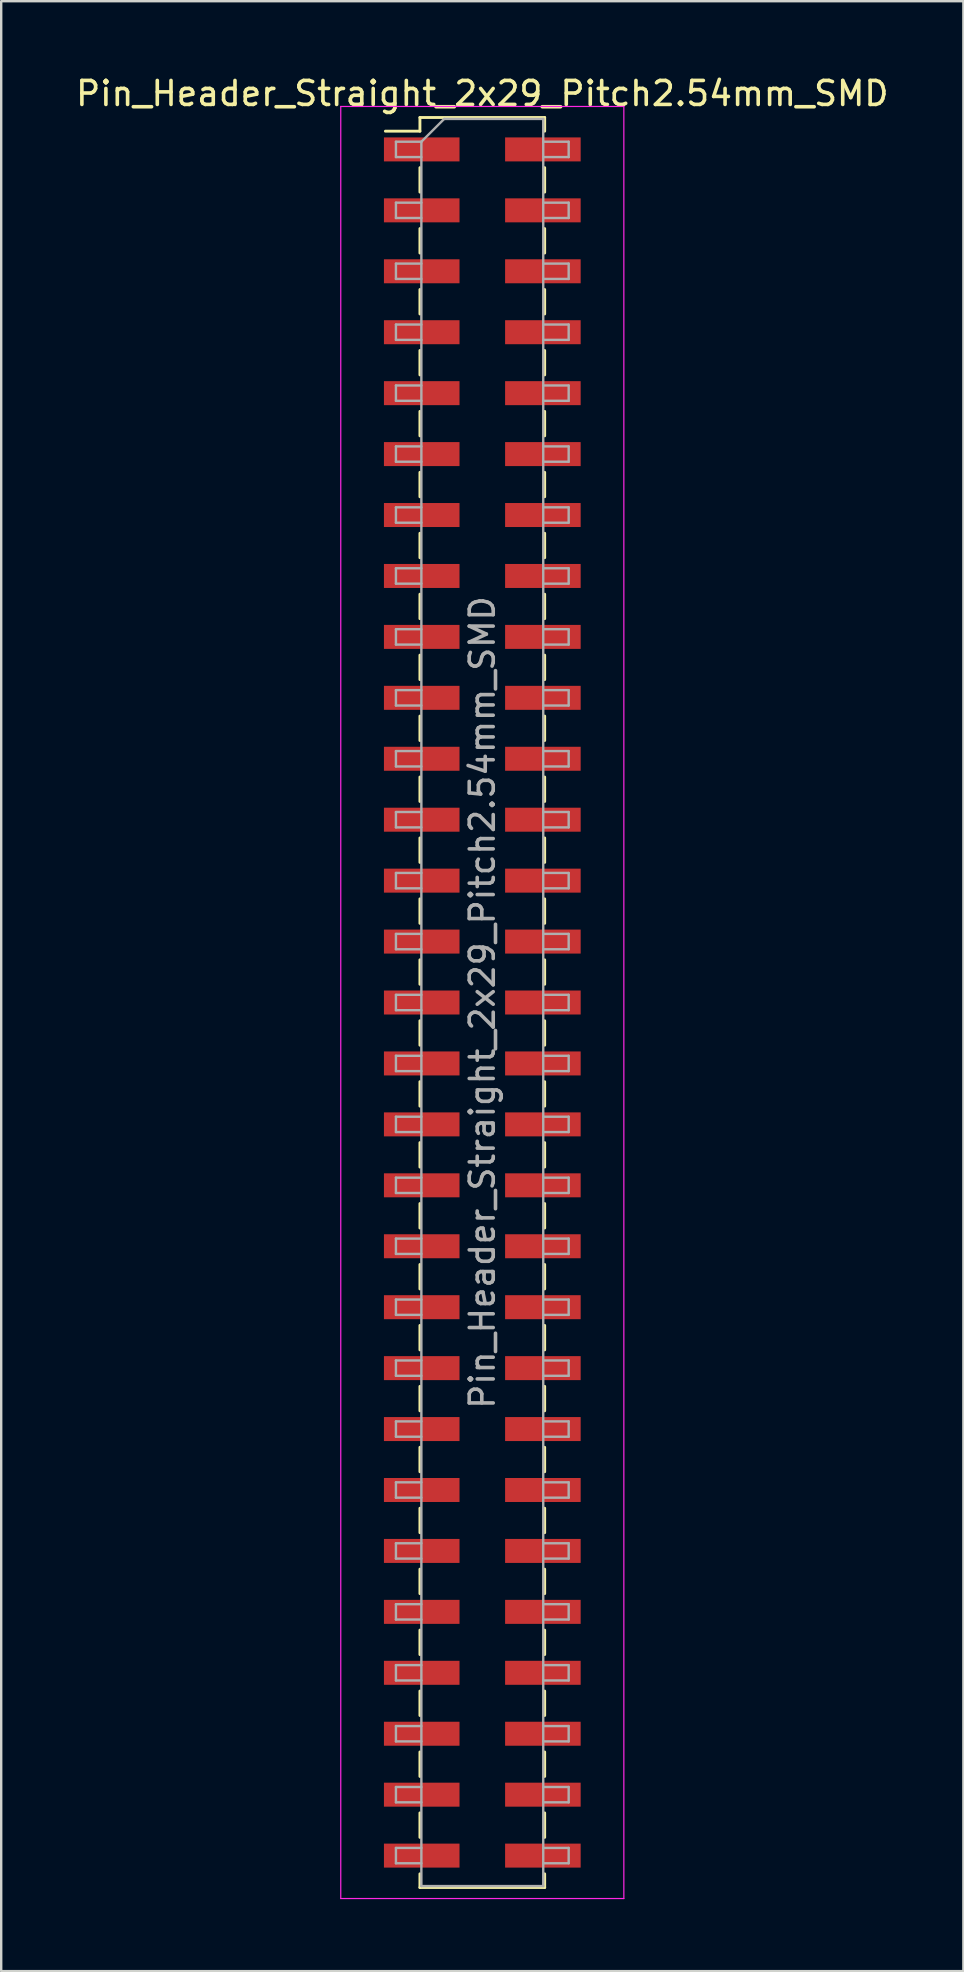
<source format=kicad_pcb>
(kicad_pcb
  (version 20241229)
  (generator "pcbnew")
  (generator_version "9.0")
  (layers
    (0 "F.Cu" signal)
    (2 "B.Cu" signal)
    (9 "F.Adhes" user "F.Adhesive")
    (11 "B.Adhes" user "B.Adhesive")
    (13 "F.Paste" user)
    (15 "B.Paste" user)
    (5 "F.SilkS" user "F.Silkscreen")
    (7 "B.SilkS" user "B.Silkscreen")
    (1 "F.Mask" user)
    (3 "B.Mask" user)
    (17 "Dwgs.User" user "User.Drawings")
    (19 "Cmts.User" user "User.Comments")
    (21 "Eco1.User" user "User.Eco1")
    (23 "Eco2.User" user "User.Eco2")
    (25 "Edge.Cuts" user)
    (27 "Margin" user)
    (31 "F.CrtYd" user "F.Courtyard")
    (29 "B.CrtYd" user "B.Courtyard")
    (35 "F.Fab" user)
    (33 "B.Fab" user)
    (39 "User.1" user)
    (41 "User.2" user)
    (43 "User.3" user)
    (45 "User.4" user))
  (footprint "Pin_Header_Straight_2x29_Pitch2.54mm_SMD"
    (layer "F.Cu")
    (at 17.054 38.738)
    (property "Reference" "Pin_Header_Straight_2x29_Pitch2.54mm_SMD" (at 0 -37.89 0) (layer "F.SilkS") (effects (font (size 1 1) (thickness 0.15))))
    (attr smd)
    (fp_line (start -4.04 -36.32) (end -2.6 -36.32) (stroke (width 0.12) (type solid)) (layer "F.SilkS"))
    (fp_line (start -2.6 -36.89) (end -2.6 -36.32) (stroke (width 0.12) (type solid)) (layer "F.SilkS"))
    (fp_line (start -2.6 -36.89) (end 2.6 -36.89) (stroke (width 0.12) (type solid)) (layer "F.SilkS"))
    (fp_line (start -2.6 -34.8) (end -2.6 -33.78) (stroke (width 0.12) (type solid)) (layer "F.SilkS"))
    (fp_line (start -2.6 -32.26) (end -2.6 -31.24) (stroke (width 0.12) (type solid)) (layer "F.SilkS"))
    (fp_line (start -2.6 -29.72) (end -2.6 -28.7) (stroke (width 0.12) (type solid)) (layer "F.SilkS"))
    (fp_line (start -2.6 -27.18) (end -2.6 -26.16) (stroke (width 0.12) (type solid)) (layer "F.SilkS"))
    (fp_line (start -2.6 -24.64) (end -2.6 -23.62) (stroke (width 0.12) (type solid)) (layer "F.SilkS"))
    (fp_line (start -2.6 -22.1) (end -2.6 -21.08) (stroke (width 0.12) (type solid)) (layer "F.SilkS"))
    (fp_line (start -2.6 -19.56) (end -2.6 -18.54) (stroke (width 0.12) (type solid)) (layer "F.SilkS"))
    (fp_line (start -2.6 -17.02) (end -2.6 -16) (stroke (width 0.12) (type solid)) (layer "F.SilkS"))
    (fp_line (start -2.6 -14.48) (end -2.6 -13.46) (stroke (width 0.12) (type solid)) (layer "F.SilkS"))
    (fp_line (start -2.6 -11.94) (end -2.6 -10.92) (stroke (width 0.12) (type solid)) (layer "F.SilkS"))
    (fp_line (start -2.6 -9.4) (end -2.6 -8.38) (stroke (width 0.12) (type solid)) (layer "F.SilkS"))
    (fp_line (start -2.6 -6.86) (end -2.6 -5.84) (stroke (width 0.12) (type solid)) (layer "F.SilkS"))
    (fp_line (start -2.6 -4.32) (end -2.6 -3.3) (stroke (width 0.12) (type solid)) (layer "F.SilkS"))
    (fp_line (start -2.6 -1.78) (end -2.6 -0.76) (stroke (width 0.12) (type solid)) (layer "F.SilkS"))
    (fp_line (start -2.6 0.76) (end -2.6 1.78) (stroke (width 0.12) (type solid)) (layer "F.SilkS"))
    (fp_line (start -2.6 3.3) (end -2.6 4.32) (stroke (width 0.12) (type solid)) (layer "F.SilkS"))
    (fp_line (start -2.6 5.84) (end -2.6 6.86) (stroke (width 0.12) (type solid)) (layer "F.SilkS"))
    (fp_line (start -2.6 8.38) (end -2.6 9.4) (stroke (width 0.12) (type solid)) (layer "F.SilkS"))
    (fp_line (start -2.6 10.92) (end -2.6 11.94) (stroke (width 0.12) (type solid)) (layer "F.SilkS"))
    (fp_line (start -2.6 13.46) (end -2.6 14.48) (stroke (width 0.12) (type solid)) (layer "F.SilkS"))
    (fp_line (start -2.6 16) (end -2.6 17.02) (stroke (width 0.12) (type solid)) (layer "F.SilkS"))
    (fp_line (start -2.6 18.54) (end -2.6 19.56) (stroke (width 0.12) (type solid)) (layer "F.SilkS"))
    (fp_line (start -2.6 21.08) (end -2.6 22.1) (stroke (width 0.12) (type solid)) (layer "F.SilkS"))
    (fp_line (start -2.6 23.62) (end -2.6 24.64) (stroke (width 0.12) (type solid)) (layer "F.SilkS"))
    (fp_line (start -2.6 26.16) (end -2.6 27.18) (stroke (width 0.12) (type solid)) (layer "F.SilkS"))
    (fp_line (start -2.6 28.7) (end -2.6 29.72) (stroke (width 0.12) (type solid)) (layer "F.SilkS"))
    (fp_line (start -2.6 31.24) (end -2.6 32.26) (stroke (width 0.12) (type solid)) (layer "F.SilkS"))
    (fp_line (start -2.6 33.78) (end -2.6 34.8) (stroke (width 0.12) (type solid)) (layer "F.SilkS"))
    (fp_line (start -2.6 36.32) (end -2.6 36.89) (stroke (width 0.12) (type solid)) (layer "F.SilkS"))
    (fp_line (start -2.6 36.89) (end 2.6 36.89) (stroke (width 0.12) (type solid)) (layer "F.SilkS"))
    (fp_line (start 2.6 -36.89) (end 2.6 -36.32) (stroke (width 0.12) (type solid)) (layer "F.SilkS"))
    (fp_line (start 2.6 -34.8) (end 2.6 -33.78) (stroke (width 0.12) (type solid)) (layer "F.SilkS"))
    (fp_line (start 2.6 -32.26) (end 2.6 -31.24) (stroke (width 0.12) (type solid)) (layer "F.SilkS"))
    (fp_line (start 2.6 -29.72) (end 2.6 -28.7) (stroke (width 0.12) (type solid)) (layer "F.SilkS"))
    (fp_line (start 2.6 -27.18) (end 2.6 -26.16) (stroke (width 0.12) (type solid)) (layer "F.SilkS"))
    (fp_line (start 2.6 -24.64) (end 2.6 -23.62) (stroke (width 0.12) (type solid)) (layer "F.SilkS"))
    (fp_line (start 2.6 -22.1) (end 2.6 -21.08) (stroke (width 0.12) (type solid)) (layer "F.SilkS"))
    (fp_line (start 2.6 -19.56) (end 2.6 -18.54) (stroke (width 0.12) (type solid)) (layer "F.SilkS"))
    (fp_line (start 2.6 -17.02) (end 2.6 -16) (stroke (width 0.12) (type solid)) (layer "F.SilkS"))
    (fp_line (start 2.6 -14.48) (end 2.6 -13.46) (stroke (width 0.12) (type solid)) (layer "F.SilkS"))
    (fp_line (start 2.6 -11.94) (end 2.6 -10.92) (stroke (width 0.12) (type solid)) (layer "F.SilkS"))
    (fp_line (start 2.6 -9.4) (end 2.6 -8.38) (stroke (width 0.12) (type solid)) (layer "F.SilkS"))
    (fp_line (start 2.6 -6.86) (end 2.6 -5.84) (stroke (width 0.12) (type solid)) (layer "F.SilkS"))
    (fp_line (start 2.6 -4.32) (end 2.6 -3.3) (stroke (width 0.12) (type solid)) (layer "F.SilkS"))
    (fp_line (start 2.6 -1.78) (end 2.6 -0.76) (stroke (width 0.12) (type solid)) (layer "F.SilkS"))
    (fp_line (start 2.6 0.76) (end 2.6 1.78) (stroke (width 0.12) (type solid)) (layer "F.SilkS"))
    (fp_line (start 2.6 3.3) (end 2.6 4.32) (stroke (width 0.12) (type solid)) (layer "F.SilkS"))
    (fp_line (start 2.6 5.84) (end 2.6 6.86) (stroke (width 0.12) (type solid)) (layer "F.SilkS"))
    (fp_line (start 2.6 8.38) (end 2.6 9.4) (stroke (width 0.12) (type solid)) (layer "F.SilkS"))
    (fp_line (start 2.6 10.92) (end 2.6 11.94) (stroke (width 0.12) (type solid)) (layer "F.SilkS"))
    (fp_line (start 2.6 13.46) (end 2.6 14.48) (stroke (width 0.12) (type solid)) (layer "F.SilkS"))
    (fp_line (start 2.6 16) (end 2.6 17.02) (stroke (width 0.12) (type solid)) (layer "F.SilkS"))
    (fp_line (start 2.6 18.54) (end 2.6 19.56) (stroke (width 0.12) (type solid)) (layer "F.SilkS"))
    (fp_line (start 2.6 21.08) (end 2.6 22.1) (stroke (width 0.12) (type solid)) (layer "F.SilkS"))
    (fp_line (start 2.6 23.62) (end 2.6 24.64) (stroke (width 0.12) (type solid)) (layer "F.SilkS"))
    (fp_line (start 2.6 26.16) (end 2.6 27.18) (stroke (width 0.12) (type solid)) (layer "F.SilkS"))
    (fp_line (start 2.6 28.7) (end 2.6 29.72) (stroke (width 0.12) (type solid)) (layer "F.SilkS"))
    (fp_line (start 2.6 31.24) (end 2.6 32.26) (stroke (width 0.12) (type solid)) (layer "F.SilkS"))
    (fp_line (start 2.6 33.78) (end 2.6 34.8) (stroke (width 0.12) (type solid)) (layer "F.SilkS"))
    (fp_line (start 2.6 36.32) (end 2.6 36.89) (stroke (width 0.12) (type solid)) (layer "F.SilkS"))
    (fp_line (start -5.9 -37.35) (end -5.9 37.35) (stroke (width 0.05) (type solid)) (layer "F.CrtYd"))
    (fp_line (start -5.9 37.35) (end 5.9 37.35) (stroke (width 0.05) (type solid)) (layer "F.CrtYd"))
    (fp_line (start 5.9 -37.35) (end -5.9 -37.35) (stroke (width 0.05) (type solid)) (layer "F.CrtYd"))
    (fp_line (start 5.9 37.35) (end 5.9 -37.35) (stroke (width 0.05) (type solid)) (layer "F.CrtYd"))
    (fp_line (start -3.6 -35.88) (end -3.6 -35.24) (stroke (width 0.1) (type solid)) (layer "F.Fab"))
    (fp_line (start -3.6 -35.24) (end -2.54 -35.24) (stroke (width 0.1) (type solid)) (layer "F.Fab"))
    (fp_line (start -3.6 -33.34) (end -3.6 -32.7) (stroke (width 0.1) (type solid)) (layer "F.Fab"))
    (fp_line (start -3.6 -32.7) (end -2.54 -32.7) (stroke (width 0.1) (type solid)) (layer "F.Fab"))
    (fp_line (start -3.6 -30.8) (end -3.6 -30.16) (stroke (width 0.1) (type solid)) (layer "F.Fab"))
    (fp_line (start -3.6 -30.16) (end -2.54 -30.16) (stroke (width 0.1) (type solid)) (layer "F.Fab"))
    (fp_line (start -3.6 -28.26) (end -3.6 -27.62) (stroke (width 0.1) (type solid)) (layer "F.Fab"))
    (fp_line (start -3.6 -27.62) (end -2.54 -27.62) (stroke (width 0.1) (type solid)) (layer "F.Fab"))
    (fp_line (start -3.6 -25.72) (end -3.6 -25.08) (stroke (width 0.1) (type solid)) (layer "F.Fab"))
    (fp_line (start -3.6 -25.08) (end -2.54 -25.08) (stroke (width 0.1) (type solid)) (layer "F.Fab"))
    (fp_line (start -3.6 -23.18) (end -3.6 -22.54) (stroke (width 0.1) (type solid)) (layer "F.Fab"))
    (fp_line (start -3.6 -22.54) (end -2.54 -22.54) (stroke (width 0.1) (type solid)) (layer "F.Fab"))
    (fp_line (start -3.6 -20.64) (end -3.6 -20) (stroke (width 0.1) (type solid)) (layer "F.Fab"))
    (fp_line (start -3.6 -20) (end -2.54 -20) (stroke (width 0.1) (type solid)) (layer "F.Fab"))
    (fp_line (start -3.6 -18.1) (end -3.6 -17.46) (stroke (width 0.1) (type solid)) (layer "F.Fab"))
    (fp_line (start -3.6 -17.46) (end -2.54 -17.46) (stroke (width 0.1) (type solid)) (layer "F.Fab"))
    (fp_line (start -3.6 -15.56) (end -3.6 -14.92) (stroke (width 0.1) (type solid)) (layer "F.Fab"))
    (fp_line (start -3.6 -14.92) (end -2.54 -14.92) (stroke (width 0.1) (type solid)) (layer "F.Fab"))
    (fp_line (start -3.6 -13.02) (end -3.6 -12.38) (stroke (width 0.1) (type solid)) (layer "F.Fab"))
    (fp_line (start -3.6 -12.38) (end -2.54 -12.38) (stroke (width 0.1) (type solid)) (layer "F.Fab"))
    (fp_line (start -3.6 -10.48) (end -3.6 -9.84) (stroke (width 0.1) (type solid)) (layer "F.Fab"))
    (fp_line (start -3.6 -9.84) (end -2.54 -9.84) (stroke (width 0.1) (type solid)) (layer "F.Fab"))
    (fp_line (start -3.6 -7.94) (end -3.6 -7.3) (stroke (width 0.1) (type solid)) (layer "F.Fab"))
    (fp_line (start -3.6 -7.3) (end -2.54 -7.3) (stroke (width 0.1) (type solid)) (layer "F.Fab"))
    (fp_line (start -3.6 -5.4) (end -3.6 -4.76) (stroke (width 0.1) (type solid)) (layer "F.Fab"))
    (fp_line (start -3.6 -4.76) (end -2.54 -4.76) (stroke (width 0.1) (type solid)) (layer "F.Fab"))
    (fp_line (start -3.6 -2.86) (end -3.6 -2.22) (stroke (width 0.1) (type solid)) (layer "F.Fab"))
    (fp_line (start -3.6 -2.22) (end -2.54 -2.22) (stroke (width 0.1) (type solid)) (layer "F.Fab"))
    (fp_line (start -3.6 -0.32) (end -3.6 0.32) (stroke (width 0.1) (type solid)) (layer "F.Fab"))
    (fp_line (start -3.6 0.32) (end -2.54 0.32) (stroke (width 0.1) (type solid)) (layer "F.Fab"))
    (fp_line (start -3.6 2.22) (end -3.6 2.86) (stroke (width 0.1) (type solid)) (layer "F.Fab"))
    (fp_line (start -3.6 2.86) (end -2.54 2.86) (stroke (width 0.1) (type solid)) (layer "F.Fab"))
    (fp_line (start -3.6 4.76) (end -3.6 5.4) (stroke (width 0.1) (type solid)) (layer "F.Fab"))
    (fp_line (start -3.6 5.4) (end -2.54 5.4) (stroke (width 0.1) (type solid)) (layer "F.Fab"))
    (fp_line (start -3.6 7.3) (end -3.6 7.94) (stroke (width 0.1) (type solid)) (layer "F.Fab"))
    (fp_line (start -3.6 7.94) (end -2.54 7.94) (stroke (width 0.1) (type solid)) (layer "F.Fab"))
    (fp_line (start -3.6 9.84) (end -3.6 10.48) (stroke (width 0.1) (type solid)) (layer "F.Fab"))
    (fp_line (start -3.6 10.48) (end -2.54 10.48) (stroke (width 0.1) (type solid)) (layer "F.Fab"))
    (fp_line (start -3.6 12.38) (end -3.6 13.02) (stroke (width 0.1) (type solid)) (layer "F.Fab"))
    (fp_line (start -3.6 13.02) (end -2.54 13.02) (stroke (width 0.1) (type solid)) (layer "F.Fab"))
    (fp_line (start -3.6 14.92) (end -3.6 15.56) (stroke (width 0.1) (type solid)) (layer "F.Fab"))
    (fp_line (start -3.6 15.56) (end -2.54 15.56) (stroke (width 0.1) (type solid)) (layer "F.Fab"))
    (fp_line (start -3.6 17.46) (end -3.6 18.1) (stroke (width 0.1) (type solid)) (layer "F.Fab"))
    (fp_line (start -3.6 18.1) (end -2.54 18.1) (stroke (width 0.1) (type solid)) (layer "F.Fab"))
    (fp_line (start -3.6 20) (end -3.6 20.64) (stroke (width 0.1) (type solid)) (layer "F.Fab"))
    (fp_line (start -3.6 20.64) (end -2.54 20.64) (stroke (width 0.1) (type solid)) (layer "F.Fab"))
    (fp_line (start -3.6 22.54) (end -3.6 23.18) (stroke (width 0.1) (type solid)) (layer "F.Fab"))
    (fp_line (start -3.6 23.18) (end -2.54 23.18) (stroke (width 0.1) (type solid)) (layer "F.Fab"))
    (fp_line (start -3.6 25.08) (end -3.6 25.72) (stroke (width 0.1) (type solid)) (layer "F.Fab"))
    (fp_line (start -3.6 25.72) (end -2.54 25.72) (stroke (width 0.1) (type solid)) (layer "F.Fab"))
    (fp_line (start -3.6 27.62) (end -3.6 28.26) (stroke (width 0.1) (type solid)) (layer "F.Fab"))
    (fp_line (start -3.6 28.26) (end -2.54 28.26) (stroke (width 0.1) (type solid)) (layer "F.Fab"))
    (fp_line (start -3.6 30.16) (end -3.6 30.8) (stroke (width 0.1) (type solid)) (layer "F.Fab"))
    (fp_line (start -3.6 30.8) (end -2.54 30.8) (stroke (width 0.1) (type solid)) (layer "F.Fab"))
    (fp_line (start -3.6 32.7) (end -3.6 33.34) (stroke (width 0.1) (type solid)) (layer "F.Fab"))
    (fp_line (start -3.6 33.34) (end -2.54 33.34) (stroke (width 0.1) (type solid)) (layer "F.Fab"))
    (fp_line (start -3.6 35.24) (end -3.6 35.88) (stroke (width 0.1) (type solid)) (layer "F.Fab"))
    (fp_line (start -3.6 35.88) (end -2.54 35.88) (stroke (width 0.1) (type solid)) (layer "F.Fab"))
    (fp_line (start -2.54 -35.88) (end -3.6 -35.88) (stroke (width 0.1) (type solid)) (layer "F.Fab"))
    (fp_line (start -2.54 -35.88) (end -1.59 -36.83) (stroke (width 0.1) (type solid)) (layer "F.Fab"))
    (fp_line (start -2.54 -33.34) (end -3.6 -33.34) (stroke (width 0.1) (type solid)) (layer "F.Fab"))
    (fp_line (start -2.54 -30.8) (end -3.6 -30.8) (stroke (width 0.1) (type solid)) (layer "F.Fab"))
    (fp_line (start -2.54 -28.26) (end -3.6 -28.26) (stroke (width 0.1) (type solid)) (layer "F.Fab"))
    (fp_line (start -2.54 -25.72) (end -3.6 -25.72) (stroke (width 0.1) (type solid)) (layer "F.Fab"))
    (fp_line (start -2.54 -23.18) (end -3.6 -23.18) (stroke (width 0.1) (type solid)) (layer "F.Fab"))
    (fp_line (start -2.54 -20.64) (end -3.6 -20.64) (stroke (width 0.1) (type solid)) (layer "F.Fab"))
    (fp_line (start -2.54 -18.1) (end -3.6 -18.1) (stroke (width 0.1) (type solid)) (layer "F.Fab"))
    (fp_line (start -2.54 -15.56) (end -3.6 -15.56) (stroke (width 0.1) (type solid)) (layer "F.Fab"))
    (fp_line (start -2.54 -13.02) (end -3.6 -13.02) (stroke (width 0.1) (type solid)) (layer "F.Fab"))
    (fp_line (start -2.54 -10.48) (end -3.6 -10.48) (stroke (width 0.1) (type solid)) (layer "F.Fab"))
    (fp_line (start -2.54 -7.94) (end -3.6 -7.94) (stroke (width 0.1) (type solid)) (layer "F.Fab"))
    (fp_line (start -2.54 -5.4) (end -3.6 -5.4) (stroke (width 0.1) (type solid)) (layer "F.Fab"))
    (fp_line (start -2.54 -2.86) (end -3.6 -2.86) (stroke (width 0.1) (type solid)) (layer "F.Fab"))
    (fp_line (start -2.54 -0.32) (end -3.6 -0.32) (stroke (width 0.1) (type solid)) (layer "F.Fab"))
    (fp_line (start -2.54 2.22) (end -3.6 2.22) (stroke (width 0.1) (type solid)) (layer "F.Fab"))
    (fp_line (start -2.54 4.76) (end -3.6 4.76) (stroke (width 0.1) (type solid)) (layer "F.Fab"))
    (fp_line (start -2.54 7.3) (end -3.6 7.3) (stroke (width 0.1) (type solid)) (layer "F.Fab"))
    (fp_line (start -2.54 9.84) (end -3.6 9.84) (stroke (width 0.1) (type solid)) (layer "F.Fab"))
    (fp_line (start -2.54 12.38) (end -3.6 12.38) (stroke (width 0.1) (type solid)) (layer "F.Fab"))
    (fp_line (start -2.54 14.92) (end -3.6 14.92) (stroke (width 0.1) (type solid)) (layer "F.Fab"))
    (fp_line (start -2.54 17.46) (end -3.6 17.46) (stroke (width 0.1) (type solid)) (layer "F.Fab"))
    (fp_line (start -2.54 20) (end -3.6 20) (stroke (width 0.1) (type solid)) (layer "F.Fab"))
    (fp_line (start -2.54 22.54) (end -3.6 22.54) (stroke (width 0.1) (type solid)) (layer "F.Fab"))
    (fp_line (start -2.54 25.08) (end -3.6 25.08) (stroke (width 0.1) (type solid)) (layer "F.Fab"))
    (fp_line (start -2.54 27.62) (end -3.6 27.62) (stroke (width 0.1) (type solid)) (layer "F.Fab"))
    (fp_line (start -2.54 30.16) (end -3.6 30.16) (stroke (width 0.1) (type solid)) (layer "F.Fab"))
    (fp_line (start -2.54 32.7) (end -3.6 32.7) (stroke (width 0.1) (type solid)) (layer "F.Fab"))
    (fp_line (start -2.54 35.24) (end -3.6 35.24) (stroke (width 0.1) (type solid)) (layer "F.Fab"))
    (fp_line (start -2.54 36.83) (end -2.54 -35.88) (stroke (width 0.1) (type solid)) (layer "F.Fab"))
    (fp_line (start -1.59 -36.83) (end 2.54 -36.83) (stroke (width 0.1) (type solid)) (layer "F.Fab"))
    (fp_line (start 2.54 -36.83) (end 2.54 36.83) (stroke (width 0.1) (type solid)) (layer "F.Fab"))
    (fp_line (start 2.54 -35.88) (end 3.6 -35.88) (stroke (width 0.1) (type solid)) (layer "F.Fab"))
    (fp_line (start 2.54 -33.34) (end 3.6 -33.34) (stroke (width 0.1) (type solid)) (layer "F.Fab"))
    (fp_line (start 2.54 -30.8) (end 3.6 -30.8) (stroke (width 0.1) (type solid)) (layer "F.Fab"))
    (fp_line (start 2.54 -28.26) (end 3.6 -28.26) (stroke (width 0.1) (type solid)) (layer "F.Fab"))
    (fp_line (start 2.54 -25.72) (end 3.6 -25.72) (stroke (width 0.1) (type solid)) (layer "F.Fab"))
    (fp_line (start 2.54 -23.18) (end 3.6 -23.18) (stroke (width 0.1) (type solid)) (layer "F.Fab"))
    (fp_line (start 2.54 -20.64) (end 3.6 -20.64) (stroke (width 0.1) (type solid)) (layer "F.Fab"))
    (fp_line (start 2.54 -18.1) (end 3.6 -18.1) (stroke (width 0.1) (type solid)) (layer "F.Fab"))
    (fp_line (start 2.54 -15.56) (end 3.6 -15.56) (stroke (width 0.1) (type solid)) (layer "F.Fab"))
    (fp_line (start 2.54 -13.02) (end 3.6 -13.02) (stroke (width 0.1) (type solid)) (layer "F.Fab"))
    (fp_line (start 2.54 -10.48) (end 3.6 -10.48) (stroke (width 0.1) (type solid)) (layer "F.Fab"))
    (fp_line (start 2.54 -7.94) (end 3.6 -7.94) (stroke (width 0.1) (type solid)) (layer "F.Fab"))
    (fp_line (start 2.54 -5.4) (end 3.6 -5.4) (stroke (width 0.1) (type solid)) (layer "F.Fab"))
    (fp_line (start 2.54 -2.86) (end 3.6 -2.86) (stroke (width 0.1) (type solid)) (layer "F.Fab"))
    (fp_line (start 2.54 -0.32) (end 3.6 -0.32) (stroke (width 0.1) (type solid)) (layer "F.Fab"))
    (fp_line (start 2.54 2.22) (end 3.6 2.22) (stroke (width 0.1) (type solid)) (layer "F.Fab"))
    (fp_line (start 2.54 4.76) (end 3.6 4.76) (stroke (width 0.1) (type solid)) (layer "F.Fab"))
    (fp_line (start 2.54 7.3) (end 3.6 7.3) (stroke (width 0.1) (type solid)) (layer "F.Fab"))
    (fp_line (start 2.54 9.84) (end 3.6 9.84) (stroke (width 0.1) (type solid)) (layer "F.Fab"))
    (fp_line (start 2.54 12.38) (end 3.6 12.38) (stroke (width 0.1) (type solid)) (layer "F.Fab"))
    (fp_line (start 2.54 14.92) (end 3.6 14.92) (stroke (width 0.1) (type solid)) (layer "F.Fab"))
    (fp_line (start 2.54 17.46) (end 3.6 17.46) (stroke (width 0.1) (type solid)) (layer "F.Fab"))
    (fp_line (start 2.54 20) (end 3.6 20) (stroke (width 0.1) (type solid)) (layer "F.Fab"))
    (fp_line (start 2.54 22.54) (end 3.6 22.54) (stroke (width 0.1) (type solid)) (layer "F.Fab"))
    (fp_line (start 2.54 25.08) (end 3.6 25.08) (stroke (width 0.1) (type solid)) (layer "F.Fab"))
    (fp_line (start 2.54 27.62) (end 3.6 27.62) (stroke (width 0.1) (type solid)) (layer "F.Fab"))
    (fp_line (start 2.54 30.16) (end 3.6 30.16) (stroke (width 0.1) (type solid)) (layer "F.Fab"))
    (fp_line (start 2.54 32.7) (end 3.6 32.7) (stroke (width 0.1) (type solid)) (layer "F.Fab"))
    (fp_line (start 2.54 35.24) (end 3.6 35.24) (stroke (width 0.1) (type solid)) (layer "F.Fab"))
    (fp_line (start 2.54 36.83) (end -2.54 36.83) (stroke (width 0.1) (type solid)) (layer "F.Fab"))
    (fp_line (start 3.6 -35.88) (end 3.6 -35.24) (stroke (width 0.1) (type solid)) (layer "F.Fab"))
    (fp_line (start 3.6 -35.24) (end 2.54 -35.24) (stroke (width 0.1) (type solid)) (layer "F.Fab"))
    (fp_line (start 3.6 -33.34) (end 3.6 -32.7) (stroke (width 0.1) (type solid)) (layer "F.Fab"))
    (fp_line (start 3.6 -32.7) (end 2.54 -32.7) (stroke (width 0.1) (type solid)) (layer "F.Fab"))
    (fp_line (start 3.6 -30.8) (end 3.6 -30.16) (stroke (width 0.1) (type solid)) (layer "F.Fab"))
    (fp_line (start 3.6 -30.16) (end 2.54 -30.16) (stroke (width 0.1) (type solid)) (layer "F.Fab"))
    (fp_line (start 3.6 -28.26) (end 3.6 -27.62) (stroke (width 0.1) (type solid)) (layer "F.Fab"))
    (fp_line (start 3.6 -27.62) (end 2.54 -27.62) (stroke (width 0.1) (type solid)) (layer "F.Fab"))
    (fp_line (start 3.6 -25.72) (end 3.6 -25.08) (stroke (width 0.1) (type solid)) (layer "F.Fab"))
    (fp_line (start 3.6 -25.08) (end 2.54 -25.08) (stroke (width 0.1) (type solid)) (layer "F.Fab"))
    (fp_line (start 3.6 -23.18) (end 3.6 -22.54) (stroke (width 0.1) (type solid)) (layer "F.Fab"))
    (fp_line (start 3.6 -22.54) (end 2.54 -22.54) (stroke (width 0.1) (type solid)) (layer "F.Fab"))
    (fp_line (start 3.6 -20.64) (end 3.6 -20) (stroke (width 0.1) (type solid)) (layer "F.Fab"))
    (fp_line (start 3.6 -20) (end 2.54 -20) (stroke (width 0.1) (type solid)) (layer "F.Fab"))
    (fp_line (start 3.6 -18.1) (end 3.6 -17.46) (stroke (width 0.1) (type solid)) (layer "F.Fab"))
    (fp_line (start 3.6 -17.46) (end 2.54 -17.46) (stroke (width 0.1) (type solid)) (layer "F.Fab"))
    (fp_line (start 3.6 -15.56) (end 3.6 -14.92) (stroke (width 0.1) (type solid)) (layer "F.Fab"))
    (fp_line (start 3.6 -14.92) (end 2.54 -14.92) (stroke (width 0.1) (type solid)) (layer "F.Fab"))
    (fp_line (start 3.6 -13.02) (end 3.6 -12.38) (stroke (width 0.1) (type solid)) (layer "F.Fab"))
    (fp_line (start 3.6 -12.38) (end 2.54 -12.38) (stroke (width 0.1) (type solid)) (layer "F.Fab"))
    (fp_line (start 3.6 -10.48) (end 3.6 -9.84) (stroke (width 0.1) (type solid)) (layer "F.Fab"))
    (fp_line (start 3.6 -9.84) (end 2.54 -9.84) (stroke (width 0.1) (type solid)) (layer "F.Fab"))
    (fp_line (start 3.6 -7.94) (end 3.6 -7.3) (stroke (width 0.1) (type solid)) (layer "F.Fab"))
    (fp_line (start 3.6 -7.3) (end 2.54 -7.3) (stroke (width 0.1) (type solid)) (layer "F.Fab"))
    (fp_line (start 3.6 -5.4) (end 3.6 -4.76) (stroke (width 0.1) (type solid)) (layer "F.Fab"))
    (fp_line (start 3.6 -4.76) (end 2.54 -4.76) (stroke (width 0.1) (type solid)) (layer "F.Fab"))
    (fp_line (start 3.6 -2.86) (end 3.6 -2.22) (stroke (width 0.1) (type solid)) (layer "F.Fab"))
    (fp_line (start 3.6 -2.22) (end 2.54 -2.22) (stroke (width 0.1) (type solid)) (layer "F.Fab"))
    (fp_line (start 3.6 -0.32) (end 3.6 0.32) (stroke (width 0.1) (type solid)) (layer "F.Fab"))
    (fp_line (start 3.6 0.32) (end 2.54 0.32) (stroke (width 0.1) (type solid)) (layer "F.Fab"))
    (fp_line (start 3.6 2.22) (end 3.6 2.86) (stroke (width 0.1) (type solid)) (layer "F.Fab"))
    (fp_line (start 3.6 2.86) (end 2.54 2.86) (stroke (width 0.1) (type solid)) (layer "F.Fab"))
    (fp_line (start 3.6 4.76) (end 3.6 5.4) (stroke (width 0.1) (type solid)) (layer "F.Fab"))
    (fp_line (start 3.6 5.4) (end 2.54 5.4) (stroke (width 0.1) (type solid)) (layer "F.Fab"))
    (fp_line (start 3.6 7.3) (end 3.6 7.94) (stroke (width 0.1) (type solid)) (layer "F.Fab"))
    (fp_line (start 3.6 7.94) (end 2.54 7.94) (stroke (width 0.1) (type solid)) (layer "F.Fab"))
    (fp_line (start 3.6 9.84) (end 3.6 10.48) (stroke (width 0.1) (type solid)) (layer "F.Fab"))
    (fp_line (start 3.6 10.48) (end 2.54 10.48) (stroke (width 0.1) (type solid)) (layer "F.Fab"))
    (fp_line (start 3.6 12.38) (end 3.6 13.02) (stroke (width 0.1) (type solid)) (layer "F.Fab"))
    (fp_line (start 3.6 13.02) (end 2.54 13.02) (stroke (width 0.1) (type solid)) (layer "F.Fab"))
    (fp_line (start 3.6 14.92) (end 3.6 15.56) (stroke (width 0.1) (type solid)) (layer "F.Fab"))
    (fp_line (start 3.6 15.56) (end 2.54 15.56) (stroke (width 0.1) (type solid)) (layer "F.Fab"))
    (fp_line (start 3.6 17.46) (end 3.6 18.1) (stroke (width 0.1) (type solid)) (layer "F.Fab"))
    (fp_line (start 3.6 18.1) (end 2.54 18.1) (stroke (width 0.1) (type solid)) (layer "F.Fab"))
    (fp_line (start 3.6 20) (end 3.6 20.64) (stroke (width 0.1) (type solid)) (layer "F.Fab"))
    (fp_line (start 3.6 20.64) (end 2.54 20.64) (stroke (width 0.1) (type solid)) (layer "F.Fab"))
    (fp_line (start 3.6 22.54) (end 3.6 23.18) (stroke (width 0.1) (type solid)) (layer "F.Fab"))
    (fp_line (start 3.6 23.18) (end 2.54 23.18) (stroke (width 0.1) (type solid)) (layer "F.Fab"))
    (fp_line (start 3.6 25.08) (end 3.6 25.72) (stroke (width 0.1) (type solid)) (layer "F.Fab"))
    (fp_line (start 3.6 25.72) (end 2.54 25.72) (stroke (width 0.1) (type solid)) (layer "F.Fab"))
    (fp_line (start 3.6 27.62) (end 3.6 28.26) (stroke (width 0.1) (type solid)) (layer "F.Fab"))
    (fp_line (start 3.6 28.26) (end 2.54 28.26) (stroke (width 0.1) (type solid)) (layer "F.Fab"))
    (fp_line (start 3.6 30.16) (end 3.6 30.8) (stroke (width 0.1) (type solid)) (layer "F.Fab"))
    (fp_line (start 3.6 30.8) (end 2.54 30.8) (stroke (width 0.1) (type solid)) (layer "F.Fab"))
    (fp_line (start 3.6 32.7) (end 3.6 33.34) (stroke (width 0.1) (type solid)) (layer "F.Fab"))
    (fp_line (start 3.6 33.34) (end 2.54 33.34) (stroke (width 0.1) (type solid)) (layer "F.Fab"))
    (fp_line (start 3.6 35.24) (end 3.6 35.88) (stroke (width 0.1) (type solid)) (layer "F.Fab"))
    (fp_line (start 3.6 35.88) (end 2.54 35.88) (stroke (width 0.1) (type solid)) (layer "F.Fab"))
    (fp_text user "${REFERENCE}" (at 0 0 90) (layer "F.Fab") (effects (font (size 1 1) (thickness 0.15))))
    (pad "1" smd rect (at -2.525 -35.56) (size 3.15 1) (layers "F.Cu" "F.Mask" "F.Paste"))
    (pad "2" smd rect (at 2.525 -35.56) (size 3.15 1) (layers "F.Cu" "F.Mask" "F.Paste"))
    (pad "3" smd rect (at -2.525 -33.02) (size 3.15 1) (layers "F.Cu" "F.Mask" "F.Paste"))
    (pad "4" smd rect (at 2.525 -33.02) (size 3.15 1) (layers "F.Cu" "F.Mask" "F.Paste"))
    (pad "5" smd rect (at -2.525 -30.48) (size 3.15 1) (layers "F.Cu" "F.Mask" "F.Paste"))
    (pad "6" smd rect (at 2.525 -30.48) (size 3.15 1) (layers "F.Cu" "F.Mask" "F.Paste"))
    (pad "7" smd rect (at -2.525 -27.94) (size 3.15 1) (layers "F.Cu" "F.Mask" "F.Paste"))
    (pad "8" smd rect (at 2.525 -27.94) (size 3.15 1) (layers "F.Cu" "F.Mask" "F.Paste"))
    (pad "9" smd rect (at -2.525 -25.4) (size 3.15 1) (layers "F.Cu" "F.Mask" "F.Paste"))
    (pad "10" smd rect (at 2.525 -25.4) (size 3.15 1) (layers "F.Cu" "F.Mask" "F.Paste"))
    (pad "11" smd rect (at -2.525 -22.86) (size 3.15 1) (layers "F.Cu" "F.Mask" "F.Paste"))
    (pad "12" smd rect (at 2.525 -22.86) (size 3.15 1) (layers "F.Cu" "F.Mask" "F.Paste"))
    (pad "13" smd rect (at -2.525 -20.32) (size 3.15 1) (layers "F.Cu" "F.Mask" "F.Paste"))
    (pad "14" smd rect (at 2.525 -20.32) (size 3.15 1) (layers "F.Cu" "F.Mask" "F.Paste"))
    (pad "15" smd rect (at -2.525 -17.78) (size 3.15 1) (layers "F.Cu" "F.Mask" "F.Paste"))
    (pad "16" smd rect (at 2.525 -17.78) (size 3.15 1) (layers "F.Cu" "F.Mask" "F.Paste"))
    (pad "17" smd rect (at -2.525 -15.24) (size 3.15 1) (layers "F.Cu" "F.Mask" "F.Paste"))
    (pad "18" smd rect (at 2.525 -15.24) (size 3.15 1) (layers "F.Cu" "F.Mask" "F.Paste"))
    (pad "19" smd rect (at -2.525 -12.7) (size 3.15 1) (layers "F.Cu" "F.Mask" "F.Paste"))
    (pad "20" smd rect (at 2.525 -12.7) (size 3.15 1) (layers "F.Cu" "F.Mask" "F.Paste"))
    (pad "21" smd rect (at -2.525 -10.16) (size 3.15 1) (layers "F.Cu" "F.Mask" "F.Paste"))
    (pad "22" smd rect (at 2.525 -10.16) (size 3.15 1) (layers "F.Cu" "F.Mask" "F.Paste"))
    (pad "23" smd rect (at -2.525 -7.62) (size 3.15 1) (layers "F.Cu" "F.Mask" "F.Paste"))
    (pad "24" smd rect (at 2.525 -7.62) (size 3.15 1) (layers "F.Cu" "F.Mask" "F.Paste"))
    (pad "25" smd rect (at -2.525 -5.08) (size 3.15 1) (layers "F.Cu" "F.Mask" "F.Paste"))
    (pad "26" smd rect (at 2.525 -5.08) (size 3.15 1) (layers "F.Cu" "F.Mask" "F.Paste"))
    (pad "27" smd rect (at -2.525 -2.54) (size 3.15 1) (layers "F.Cu" "F.Mask" "F.Paste"))
    (pad "28" smd rect (at 2.525 -2.54) (size 3.15 1) (layers "F.Cu" "F.Mask" "F.Paste"))
    (pad "29" smd rect (at -2.525 0) (size 3.15 1) (layers "F.Cu" "F.Mask" "F.Paste"))
    (pad "30" smd rect (at 2.525 0) (size 3.15 1) (layers "F.Cu" "F.Mask" "F.Paste"))
    (pad "31" smd rect (at -2.525 2.54) (size 3.15 1) (layers "F.Cu" "F.Mask" "F.Paste"))
    (pad "32" smd rect (at 2.525 2.54) (size 3.15 1) (layers "F.Cu" "F.Mask" "F.Paste"))
    (pad "33" smd rect (at -2.525 5.08) (size 3.15 1) (layers "F.Cu" "F.Mask" "F.Paste"))
    (pad "34" smd rect (at 2.525 5.08) (size 3.15 1) (layers "F.Cu" "F.Mask" "F.Paste"))
    (pad "35" smd rect (at -2.525 7.62) (size 3.15 1) (layers "F.Cu" "F.Mask" "F.Paste"))
    (pad "36" smd rect (at 2.525 7.62) (size 3.15 1) (layers "F.Cu" "F.Mask" "F.Paste"))
    (pad "37" smd rect (at -2.525 10.16) (size 3.15 1) (layers "F.Cu" "F.Mask" "F.Paste"))
    (pad "38" smd rect (at 2.525 10.16) (size 3.15 1) (layers "F.Cu" "F.Mask" "F.Paste"))
    (pad "39" smd rect (at -2.525 12.7) (size 3.15 1) (layers "F.Cu" "F.Mask" "F.Paste"))
    (pad "40" smd rect (at 2.525 12.7) (size 3.15 1) (layers "F.Cu" "F.Mask" "F.Paste"))
    (pad "41" smd rect (at -2.525 15.24) (size 3.15 1) (layers "F.Cu" "F.Mask" "F.Paste"))
    (pad "42" smd rect (at 2.525 15.24) (size 3.15 1) (layers "F.Cu" "F.Mask" "F.Paste"))
    (pad "43" smd rect (at -2.525 17.78) (size 3.15 1) (layers "F.Cu" "F.Mask" "F.Paste"))
    (pad "44" smd rect (at 2.525 17.78) (size 3.15 1) (layers "F.Cu" "F.Mask" "F.Paste"))
    (pad "45" smd rect (at -2.525 20.32) (size 3.15 1) (layers "F.Cu" "F.Mask" "F.Paste"))
    (pad "46" smd rect (at 2.525 20.32) (size 3.15 1) (layers "F.Cu" "F.Mask" "F.Paste"))
    (pad "47" smd rect (at -2.525 22.86) (size 3.15 1) (layers "F.Cu" "F.Mask" "F.Paste"))
    (pad "48" smd rect (at 2.525 22.86) (size 3.15 1) (layers "F.Cu" "F.Mask" "F.Paste"))
    (pad "49" smd rect (at -2.525 25.4) (size 3.15 1) (layers "F.Cu" "F.Mask" "F.Paste"))
    (pad "50" smd rect (at 2.525 25.4) (size 3.15 1) (layers "F.Cu" "F.Mask" "F.Paste"))
    (pad "51" smd rect (at -2.525 27.94) (size 3.15 1) (layers "F.Cu" "F.Mask" "F.Paste"))
    (pad "52" smd rect (at 2.525 27.94) (size 3.15 1) (layers "F.Cu" "F.Mask" "F.Paste"))
    (pad "53" smd rect (at -2.525 30.48) (size 3.15 1) (layers "F.Cu" "F.Mask" "F.Paste"))
    (pad "54" smd rect (at 2.525 30.48) (size 3.15 1) (layers "F.Cu" "F.Mask" "F.Paste"))
    (pad "55" smd rect (at -2.525 33.02) (size 3.15 1) (layers "F.Cu" "F.Mask" "F.Paste"))
    (pad "56" smd rect (at 2.525 33.02) (size 3.15 1) (layers "F.Cu" "F.Mask" "F.Paste"))
    (pad "57" smd rect (at -2.525 35.56) (size 3.15 1) (layers "F.Cu" "F.Mask" "F.Paste"))
    (pad "58" smd rect (at 2.525 35.56) (size 3.15 1) (layers "F.Cu" "F.Mask" "F.Paste")))
  (gr_rect
    (start -3 -3)
    (end 37.107 79.113)
    (stroke (width 0.1) (type default))
    (fill no)
    (layer "Edge.Cuts")))
</source>
